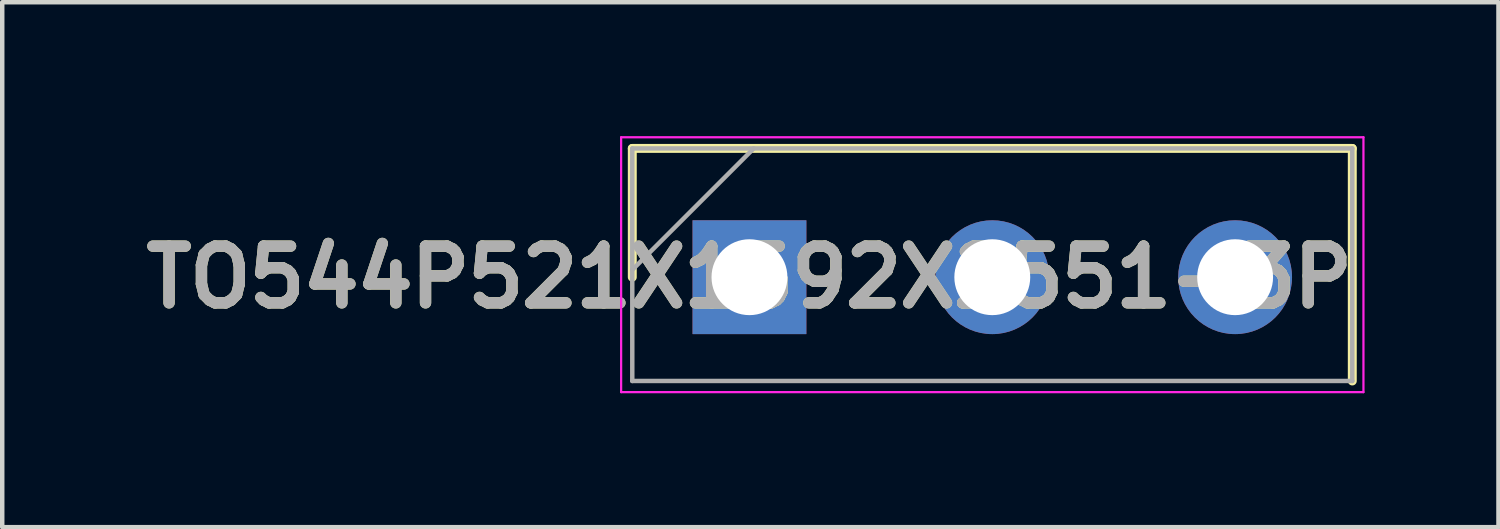
<source format=kicad_pcb>
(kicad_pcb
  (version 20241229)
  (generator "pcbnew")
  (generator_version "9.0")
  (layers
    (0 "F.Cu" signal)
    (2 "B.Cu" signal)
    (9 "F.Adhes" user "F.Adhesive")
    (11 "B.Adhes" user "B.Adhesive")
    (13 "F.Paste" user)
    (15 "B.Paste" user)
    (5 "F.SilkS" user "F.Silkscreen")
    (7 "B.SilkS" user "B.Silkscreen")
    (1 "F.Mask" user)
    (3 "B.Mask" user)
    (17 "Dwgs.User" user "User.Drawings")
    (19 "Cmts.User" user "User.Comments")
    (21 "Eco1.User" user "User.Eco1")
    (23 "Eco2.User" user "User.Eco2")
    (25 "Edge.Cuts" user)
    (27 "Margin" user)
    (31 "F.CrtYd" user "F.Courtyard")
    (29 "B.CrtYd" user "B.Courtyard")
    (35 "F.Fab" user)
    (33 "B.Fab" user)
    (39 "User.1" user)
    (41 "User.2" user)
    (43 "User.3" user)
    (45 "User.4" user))
  (footprint "TO544P521X1592X2551-3P"
    (layer "F.Cu")
    (at 13.74 3.16)
    (property "Reference" "TO544P521X1592X2551-3P" (at 0 0 0) (layer "F.SilkS") (effects (font (size 1.27 1.27) (thickness 0.254))))
    (attr through_hole)
    (fp_line (start -2.625 -2.885) (end -2.625 0) (stroke (width 0.2) (type solid)) (layer "F.SilkS"))
    (fp_line (start 13.505 -2.885) (end -2.625 -2.885) (stroke (width 0.2) (type solid)) (layer "F.SilkS"))
    (fp_line (start 13.505 2.325) (end 13.505 -2.885) (stroke (width 0.2) (type solid)) (layer "F.SilkS"))
    (fp_line (start -2.875 -3.135) (end 13.755 -3.135) (stroke (width 0.05) (type solid)) (layer "F.CrtYd"))
    (fp_line (start -2.875 2.575) (end -2.875 -3.135) (stroke (width 0.05) (type solid)) (layer "F.CrtYd"))
    (fp_line (start 13.755 -3.135) (end 13.755 2.575) (stroke (width 0.05) (type solid)) (layer "F.CrtYd"))
    (fp_line (start 13.755 2.575) (end -2.875 2.575) (stroke (width 0.05) (type solid)) (layer "F.CrtYd"))
    (fp_line (start -2.625 -2.885) (end 13.505 -2.885) (stroke (width 0.1) (type solid)) (layer "F.Fab"))
    (fp_line (start -2.625 -0.165) (end 0.095 -2.885) (stroke (width 0.1) (type solid)) (layer "F.Fab"))
    (fp_line (start -2.625 2.325) (end -2.625 -2.885) (stroke (width 0.1) (type solid)) (layer "F.Fab"))
    (fp_line (start 13.505 -2.885) (end 13.505 2.325) (stroke (width 0.1) (type solid)) (layer "F.Fab"))
    (fp_line (start 13.505 2.325) (end -2.625 2.325) (stroke (width 0.1) (type solid)) (layer "F.Fab"))
    (fp_text user "${REFERENCE}" (at 0 0 0) (layer "F.Fab") (effects (font (size 1.27 1.27) (thickness 0.254))))
    (pad "1" thru_hole rect (at 0 0) (size 2.55 2.55) (drill 1.7) (layers "*.Cu" "*.Mask"))
    (pad "2" thru_hole circle (at 5.44 0) (size 2.55 2.55) (drill 1.7) (layers "*.Cu" "*.Mask"))
    (pad "3" thru_hole circle (at 10.88 0) (size 2.55 2.55) (drill 1.7) (layers "*.Cu" "*.Mask")))
  (gr_rect
    (start -3 -3)
    (end 30.52 8.76)
    (stroke (width 0.1) (type default))
    (fill no)
    (layer "Edge.Cuts")))
</source>
